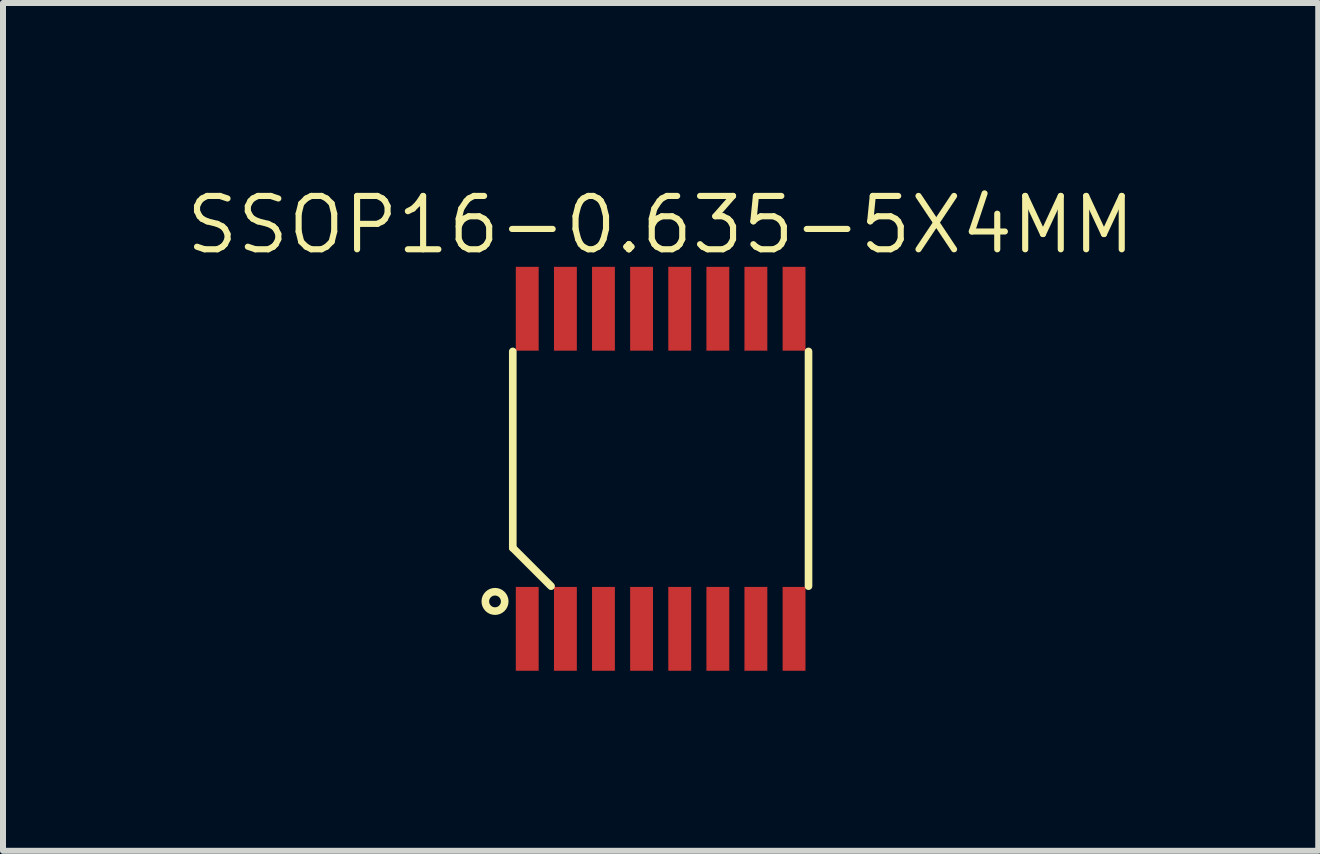
<source format=kicad_pcb>
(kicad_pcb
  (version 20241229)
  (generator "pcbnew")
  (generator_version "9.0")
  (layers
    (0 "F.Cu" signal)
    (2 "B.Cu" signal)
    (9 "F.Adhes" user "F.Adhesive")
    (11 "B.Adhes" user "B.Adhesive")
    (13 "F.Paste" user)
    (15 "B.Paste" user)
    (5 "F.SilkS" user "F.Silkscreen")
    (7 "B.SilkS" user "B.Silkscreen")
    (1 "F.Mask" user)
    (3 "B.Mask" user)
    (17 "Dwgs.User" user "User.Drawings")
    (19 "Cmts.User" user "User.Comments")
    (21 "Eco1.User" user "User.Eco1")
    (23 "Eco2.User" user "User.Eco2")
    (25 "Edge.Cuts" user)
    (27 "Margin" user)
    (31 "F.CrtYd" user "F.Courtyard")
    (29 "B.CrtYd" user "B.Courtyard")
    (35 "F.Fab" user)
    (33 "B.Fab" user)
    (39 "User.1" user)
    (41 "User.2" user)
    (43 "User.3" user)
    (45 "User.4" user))
  (footprint "SSOP16-0.635-5X4MM"
    (layer "F.Cu")
    (at 7.959 4.762)
    (property "Reference" "SSOP16-0.635-5X4MM" (at 0 -4.064 0) (layer "F.SilkS") (effects (font (size 0.889 0.889) (thickness 0.102))))
    (attr smd)
    (fp_line (start -2.464 1.318) (end -2.464 -1.956) (stroke (width 0.127) (type solid)) (layer "F.SilkS"))
    (fp_line (start -1.826 1.956) (end -2.464 1.318) (stroke (width 0.127) (type solid)) (layer "F.SilkS"))
    (fp_line (start 2.464 -1.956) (end 2.464 1.956) (stroke (width 0.127) (type solid)) (layer "F.SilkS"))
    (fp_line (start 2.464 1.956) (end 2.464 -1.956) (stroke (width 0.066) (type solid)) (layer "F.SilkS"))
    (fp_circle (center -2.76 2.21) (end -2.61 2.27) (stroke (width 0.127) (type solid)) (fill no) (layer "F.SilkS"))
    (pad "1" smd rect (at -2.223 2.667 90) (size 1.397 0.381) (layers "F.Cu" "F.Mask" "F.Paste"))
    (pad "2" smd rect (at -1.587 2.667 90) (size 1.397 0.381) (layers "F.Cu" "F.Mask" "F.Paste"))
    (pad "3" smd rect (at -0.953 2.667 90) (size 1.397 0.381) (layers "F.Cu" "F.Mask" "F.Paste"))
    (pad "4" smd rect (at -0.318 2.667 90) (size 1.397 0.381) (layers "F.Cu" "F.Mask" "F.Paste"))
    (pad "5" smd rect (at 0.318 2.667 90) (size 1.397 0.381) (layers "F.Cu" "F.Mask" "F.Paste"))
    (pad "6" smd rect (at 0.953 2.667 90) (size 1.397 0.381) (layers "F.Cu" "F.Mask" "F.Paste"))
    (pad "7" smd rect (at 1.587 2.667 90) (size 1.397 0.381) (layers "F.Cu" "F.Mask" "F.Paste"))
    (pad "8" smd rect (at 2.223 2.667 90) (size 1.397 0.381) (layers "F.Cu" "F.Mask" "F.Paste"))
    (pad "9" smd rect (at 2.223 -2.667 270) (size 1.397 0.381) (layers "F.Cu" "F.Mask" "F.Paste"))
    (pad "10" smd rect (at 1.587 -2.667 270) (size 1.397 0.381) (layers "F.Cu" "F.Mask" "F.Paste"))
    (pad "11" smd rect (at 0.953 -2.667 270) (size 1.397 0.381) (layers "F.Cu" "F.Mask" "F.Paste"))
    (pad "12" smd rect (at 0.318 -2.667 270) (size 1.397 0.381) (layers "F.Cu" "F.Mask" "F.Paste"))
    (pad "13" smd rect (at -0.318 -2.667 270) (size 1.397 0.381) (layers "F.Cu" "F.Mask" "F.Paste"))
    (pad "14" smd rect (at -0.953 -2.667 270) (size 1.397 0.381) (layers "F.Cu" "F.Mask" "F.Paste"))
    (pad "15" smd rect (at -1.587 -2.667 270) (size 1.397 0.381) (layers "F.Cu" "F.Mask" "F.Paste"))
    (pad "16" smd rect (at -2.223 -2.667 270) (size 1.397 0.381) (layers "F.Cu" "F.Mask" "F.Paste")))
  (gr_rect
    (start -3 -3)
    (end 18.917 11.128)
    (stroke (width 0.1) (type default))
    (fill no)
    (layer "Edge.Cuts")))
</source>
